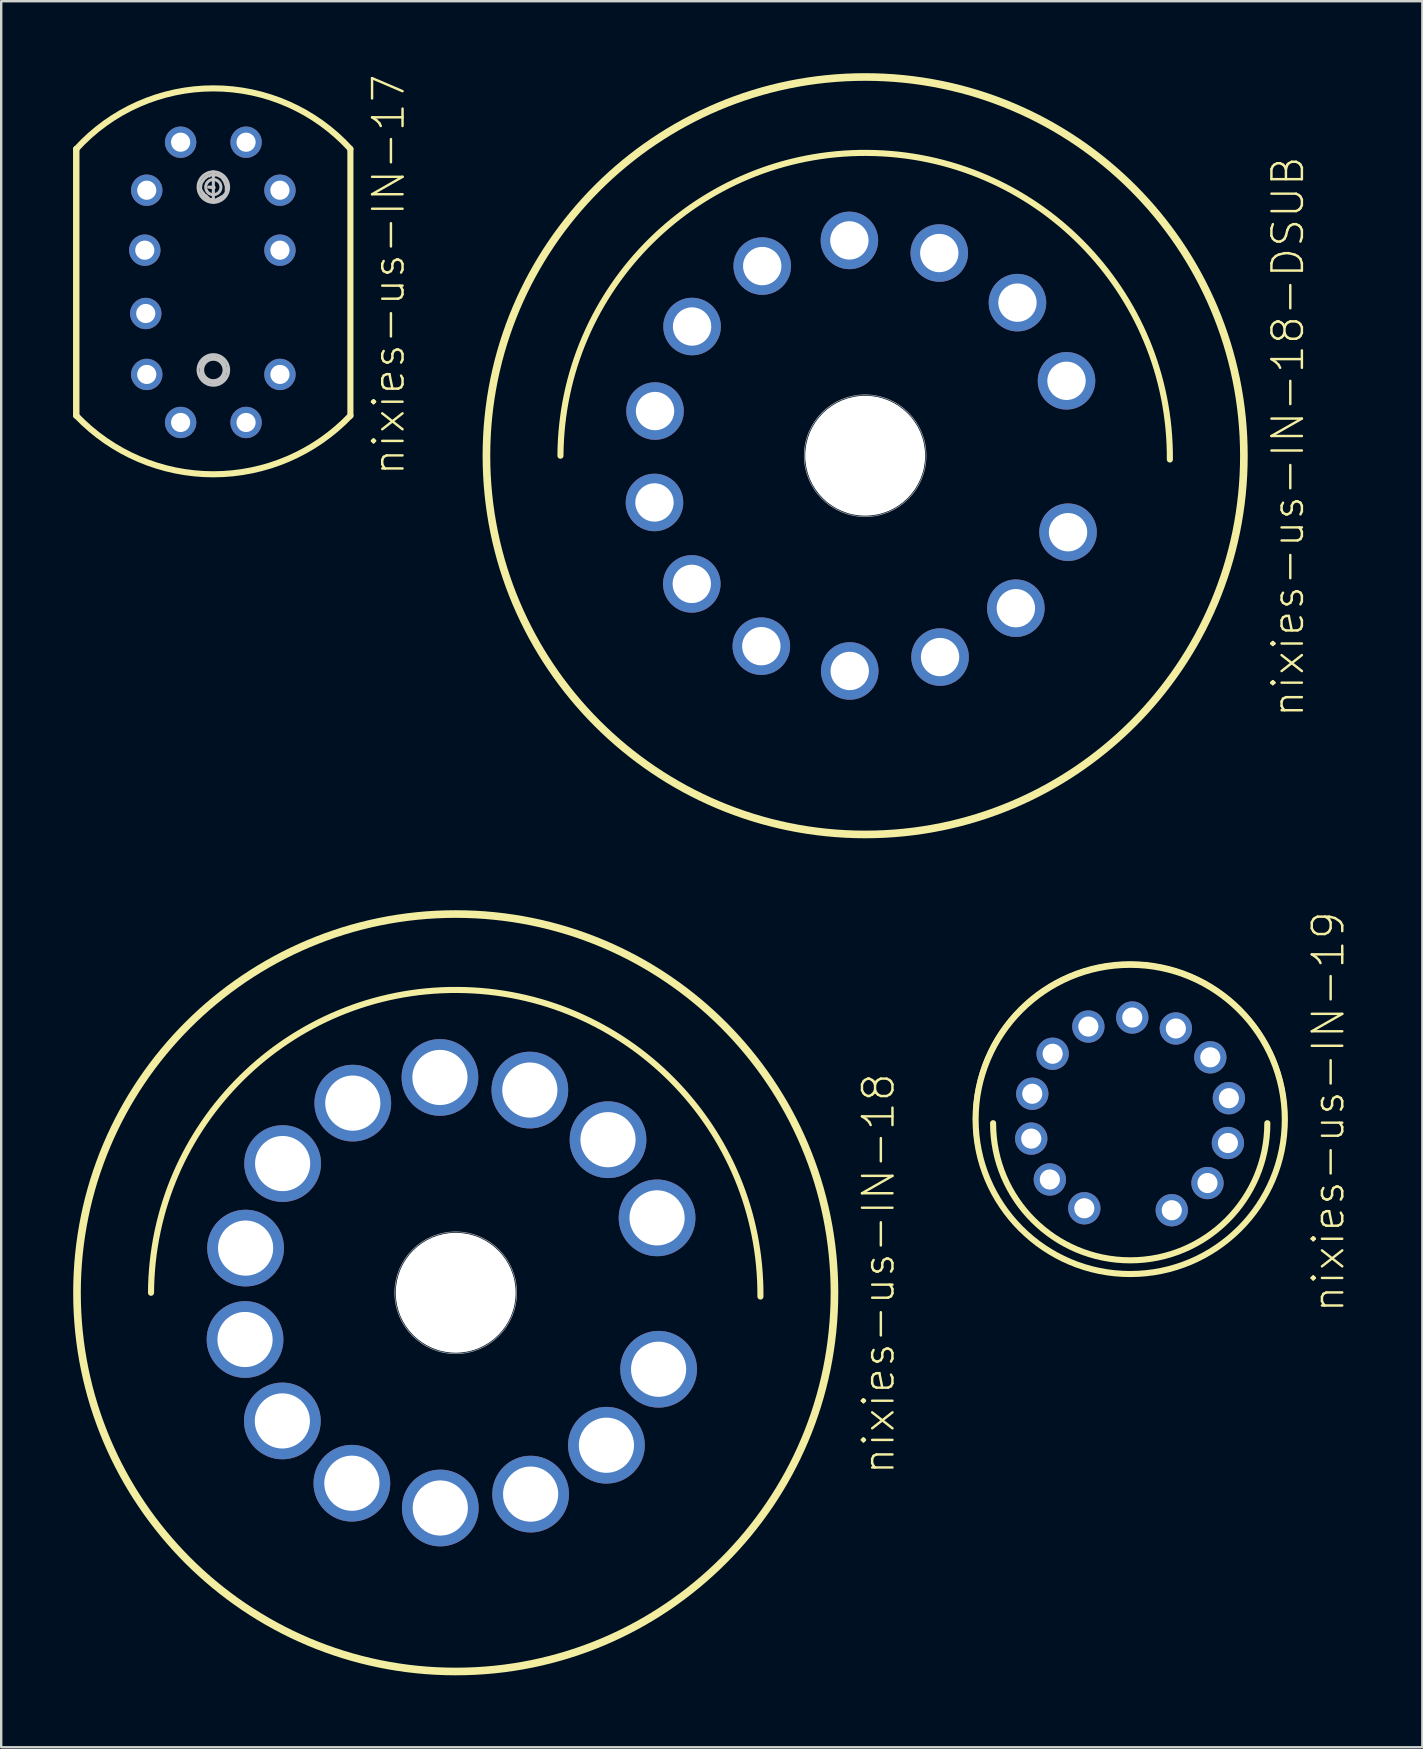
<source format=kicad_pcb>
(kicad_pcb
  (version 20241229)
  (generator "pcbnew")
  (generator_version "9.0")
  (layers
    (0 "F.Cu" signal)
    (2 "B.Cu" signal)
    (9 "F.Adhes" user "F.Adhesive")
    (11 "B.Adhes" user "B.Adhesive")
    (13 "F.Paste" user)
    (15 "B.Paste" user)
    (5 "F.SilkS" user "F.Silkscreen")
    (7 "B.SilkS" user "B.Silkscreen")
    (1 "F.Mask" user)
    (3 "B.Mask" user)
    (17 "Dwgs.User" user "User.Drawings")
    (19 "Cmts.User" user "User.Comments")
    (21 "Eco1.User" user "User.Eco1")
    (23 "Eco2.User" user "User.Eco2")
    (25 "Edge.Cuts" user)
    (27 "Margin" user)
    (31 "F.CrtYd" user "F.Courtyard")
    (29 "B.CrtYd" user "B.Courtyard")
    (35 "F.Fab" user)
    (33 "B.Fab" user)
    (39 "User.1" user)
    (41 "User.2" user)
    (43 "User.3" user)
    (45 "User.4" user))
  (footprint "nixies-us-IN-18"
    (layer "F.Cu")
    (at 15.944 50.831)
    (property "Reference" "nixies-us-IN-18" (at 17.62 -0.792 90) (layer "F.SilkS") (effects (font (size 1.27 1.27) (thickness 0.102))))
    (attr exclude_from_pos_files exclude_from_bom)
    (fp_circle (center 0 0) (end 0 -2.54) (stroke (width 0.025) (type solid)) (fill no) (layer "F.Mask"))
    (fp_circle (center 0 0) (end 0 -1.27) (stroke (width 2.54) (type solid)) (fill no) (layer "F.Mask"))
    (fp_circle (center 0 0) (end 0 -1.27) (stroke (width 2.54) (type solid)) (fill no) (layer "B.Mask"))
    (fp_arc (start -12.7 0) (mid 0.07874 -12.62126) (end 12.7 0.15748) (stroke (width 0.254) (type solid)) (layer "F.SilkS"))
    (fp_circle (center 0 0) (end 0 -15.817) (stroke (width 0.254) (type solid)) (fill no) (layer "F.SilkS"))
    (fp_circle (center 0 0) (end 0 -15.753) (stroke (width 0.254) (type solid)) (fill no) (layer "F.SilkS"))
    (fp_circle (center 0 0) (end 0 -2.54) (stroke (width 0.025) (type solid)) (fill no) (layer "Dwgs.User"))
    (pad "" np_thru_hole circle (at 0 0) (size 4.999 4.999) (drill 4.999) (layers "*.Cu" "*.Mask"))
    (pad "0" thru_hole circle (at 6.281 6.355) (size 3.198 3.198) (drill 2.299) (layers "*.Cu" "*.Paste" "*.Mask"))
    (pad "1" thru_hole circle (at -0.643 8.971) (size 3.198 3.198) (drill 2.299) (layers "*.Cu" "*.Paste" "*.Mask"))
    (pad "2" thru_hole circle (at -4.328 7.938) (size 3.198 3.198) (drill 2.299) (layers "*.Cu" "*.Paste" "*.Mask"))
    (pad "3" thru_hole circle (at -8.758 -1.862) (size 3.198 3.198) (drill 2.299) (layers "*.Cu" "*.Paste" "*.Mask"))
    (pad "4" thru_hole circle (at 6.347 -6.38) (size 3.198 3.198) (drill 2.299) (layers "*.Cu" "*.Paste" "*.Mask"))
    (pad "5" thru_hole circle (at 3.089 -8.448) (size 3.198 3.198) (drill 2.299) (layers "*.Cu" "*.Paste" "*.Mask"))
    (pad "6" thru_hole circle (at -4.29 -7.904) (size 3.198 3.198) (drill 2.299) (layers "*.Cu" "*.Paste" "*.Mask"))
    (pad "7" thru_hole circle (at -7.214 -5.385) (size 3.198 3.198) (drill 2.299) (layers "*.Cu" "*.Paste" "*.Mask"))
    (pad "8" thru_hole circle (at -7.226 5.342) (size 3.198 3.198) (drill 2.299) (layers "*.Cu" "*.Paste" "*.Mask"))
    (pad "9" thru_hole circle (at 8.456 3.188) (size 3.198 3.198) (drill 2.299) (layers "*.Cu" "*.Paste" "*.Mask"))
    (pad "A" thru_hole circle (at -0.658 -8.974) (size 3.198 3.198) (drill 2.299) (layers "*.Cu" "*.Paste" "*.Mask"))
    (pad "A2" thru_hole circle (at 3.122 8.392) (size 3.198 3.198) (drill 2.299) (layers "*.Cu" "*.Paste" "*.Mask"))
    (pad "N/C" thru_hole circle (at 8.392 -3.122) (size 3.198 3.198) (drill 2.299) (layers "*.Cu" "*.Paste" "*.Mask"))
    (pad "N/C2" thru_hole circle (at -8.781 1.948) (size 3.198 3.198) (drill 2.299) (layers "*.Cu" "*.Paste" "*.Mask")))
  (footprint "nixies-us-IN-19"
    (layer "F.Cu")
    (at 44.056 43.606)
    (property "Reference" "nixies-us-IN-19" (at 8.255 -0.318 90) (layer "F.SilkS") (effects (font (size 1.27 1.27) (thickness 0.102))))
    (attr exclude_from_pos_files exclude_from_bom)
    (fp_arc (start 5.715 0.15748) (mid 0 5.87248) (end -5.715 0.15748) (stroke (width 0.15748) (type solid)) (layer "F.SilkS"))
    (fp_arc (start 5.715 0.15748) (mid 0 5.87248) (end -5.715 0.15748) (stroke (width 0.254) (type solid)) (layer "F.SilkS"))
    (fp_circle (center -0.005 -0.041) (end -0.005 -6.515) (stroke (width 0.157) (type solid)) (fill no) (layer "F.SilkS"))
    (fp_circle (center 0 0) (end 0 -6.444) (stroke (width 0.254) (type solid)) (fill no) (layer "F.SilkS"))
    (pad "2" thru_hole circle (at 1.732 3.785) (size 1.346 1.346) (drill 0.838) (layers "*.Cu" "*.Paste" "*.Mask"))
    (pad "3" thru_hole circle (at 3.221 2.652) (size 1.346 1.346) (drill 0.838) (layers "*.Cu" "*.Paste" "*.Mask"))
    (pad "4" thru_hole circle (at 4.072 0.983) (size 1.346 1.346) (drill 0.838) (layers "*.Cu" "*.Paste" "*.Mask"))
    (pad "5" thru_hole circle (at 4.112 -0.884) (size 1.346 1.346) (drill 0.838) (layers "*.Cu" "*.Paste" "*.Mask"))
    (pad "6" thru_hole circle (at 3.338 -2.588) (size 1.346 1.346) (drill 0.838) (layers "*.Cu" "*.Paste" "*.Mask"))
    (pad "7" thru_hole circle (at 1.902 -3.79) (size 1.346 1.346) (drill 0.838) (layers "*.Cu" "*.Paste" "*.Mask"))
    (pad "8" thru_hole circle (at 0.086 -4.247) (size 1.346 1.346) (drill 0.838) (layers "*.Cu" "*.Paste" "*.Mask"))
    (pad "9" thru_hole circle (at -1.745 -3.871) (size 1.346 1.346) (drill 0.838) (layers "*.Cu" "*.Paste" "*.Mask"))
    (pad "10" thru_hole circle (at -3.233 -2.736) (size 1.346 1.346) (drill 0.838) (layers "*.Cu" "*.Paste" "*.Mask"))
    (pad "11" thru_hole circle (at -4.082 -1.069) (size 1.346 1.346) (drill 0.838) (layers "*.Cu" "*.Paste" "*.Mask"))
    (pad "12" thru_hole circle (at -4.125 0.8) (size 1.346 1.346) (drill 0.838) (layers "*.Cu" "*.Paste" "*.Mask"))
    (pad "13" thru_hole circle (at -3.35 2.504) (size 1.346 1.346) (drill 0.838) (layers "*.Cu" "*.Paste" "*.Mask"))
    (pad "14" thru_hole circle (at -1.913 3.703) (size 1.346 1.346) (drill 0.838) (layers "*.Cu" "*.Paste" "*.Mask")))
  (footprint "nixies-us-IN-17"
    (layer "F.Cu")
    (at 5.842 8.876)
    (property "Reference" "nixies-us-IN-17" (at 7.303 -0.475 90) (layer "F.SilkS") (effects (font (size 1.27 1.27) (thickness 0.102))))
    (attr exclude_from_pos_files exclude_from_bom)
    (fp_line (start -5.715 -5.715) (end -5.715 5.397) (stroke (width 0.254) (type solid)) (layer "F.SilkS"))
    (fp_line (start -5.715 5.397) (end -5.715 -5.715) (stroke (width 0.254) (type solid)) (layer "F.SilkS"))
    (fp_line (start 5.712 5.397) (end 5.712 -5.715) (stroke (width 0.254) (type solid)) (layer "F.SilkS"))
    (fp_arc (start -5.715 -5.715) (mid -0.002522 -8.24269) (end 5.711605 -5.718731) (stroke (width 0.254) (type solid)) (layer "F.SilkS"))
    (fp_arc (start 5.71246 5.3975) (mid 0.004024 7.841685) (end -5.7069 5.403318) (stroke (width 0.254) (type solid)) (layer "F.SilkS"))
    (fp_line (start 0 -4.763) (end 0 -3.493) (stroke (width 0.127) (type solid)) (layer "Dwgs.User"))
    (fp_circle (center 0 -4.128) (end 0 -4.763) (stroke (width 0.127) (type solid)) (fill no) (layer "Dwgs.User"))
    (fp_circle (center 0 -4.128) (end 0 -4.445) (stroke (width 0.127) (type solid)) (fill no) (layer "Dwgs.User"))
    (fp_circle (center 0 3.493) (end 0 2.857) (stroke (width 0.127) (type solid)) (fill no) (layer "Dwgs.User"))
    (fp_circle (center 0 3.493) (end 0 3.045) (stroke (width 0.127) (type solid)) (fill no) (layer "Dwgs.User"))
    (fp_poly (pts (xy -0.191 -4.128) (xy 0.03 -4.128) (xy 0.03 -4.094) (xy -0.191 -4.128)) (stroke (width 0.127) (type solid)) (fill no) (layer "Dwgs.User"))
    (fp_poly (pts (xy -0.411 3.84) (xy -0.508 3.683) (xy -0.508 3.429) (xy -0.445 3.205) (xy -0.538 3.365) (xy -0.318 3.015) (xy 0 2.951) (xy 0.315 3.048) (xy 0.442 3.205) (xy 0.505 3.396) (xy 0.505 3.586) (xy 0.442 3.81) (xy 0.348 3.904) (xy 0.188 4) (xy 0.03 4.031) (xy -0.127 4) (xy -0.318 3.937) (xy -0.381 3.873) (xy -0.318 3.429) (xy -0.254 3.269) (xy -0.191 3.175) (xy 0 3.142) (xy 0.157 3.175) (xy 0.315 3.269) (xy 0.378 3.429) (xy 0.348 3.65) (xy 0.188 3.81) (xy 0.03 3.873) (xy -0.094 3.84) (xy -0.221 3.713) (xy -0.254 3.747) (xy -0.254 3.586) (xy -0.191 3.429) (xy -0.127 3.269) (xy -0.064 3.239) (xy 0.124 3.239) (xy 0.221 3.302) (xy 0.284 3.429) (xy 0.284 3.586) (xy 0.157 3.713) (xy 0.03 3.81) (xy -0.127 3.747) (xy -0.191 3.683) (xy -0.221 3.65) (xy -0.127 3.429) (xy -0.03 3.332) (xy 0.124 3.332) (xy 0.221 3.429) (xy 0.188 3.586) (xy 0.061 3.683) (xy -0.127 3.713) (xy -0.127 3.523) (xy 0.094 3.429) (xy 0.094 3.586) (xy 0.03 3.586) (xy 0 3.429) (xy -0.094 3.65) (xy -0.064 3.617) (xy -0.411 3.84)) (stroke (width 0.127) (type solid)) (fill no) (layer "Dwgs.User"))
    (fp_poly (pts (xy -0.318 -4.445) (xy -0.127 -4.636) (xy 0.157 -4.636) (xy 0.348 -4.539) (xy 0.475 -4.348) (xy 0.538 -4.158) (xy 0.538 -3.904) (xy 0.442 -3.777) (xy 0.284 -3.683) (xy 0.094 -3.586) (xy -0.157 -3.617) (xy -0.318 -3.777) (xy -0.254 -3.65) (xy -0.445 -3.904) (xy -0.381 -3.747) (xy -0.538 -4.064) (xy -0.508 -4.285) (xy -0.381 -4.475) (xy -0.221 -4.602) (xy 0.061 -4.539) (xy 0.188 -4.508) (xy 0.378 -4.255) (xy 0.442 -4.094) (xy 0.378 -3.84) (xy 0.094 -3.683) (xy -0.191 -3.747) (xy -0.381 -3.873) (xy -0.508 -4.094) (xy -0.284 -4.445) (xy -0.094 -4.475) (xy 0.188 -4.445) (xy 0.315 -4.475) (xy 0.378 -4.318) (xy 0.411 -3.937) (xy 0.315 -3.873) (xy 0.124 -3.777) (xy -0.254 -3.937) (xy -0.381 -4.031) (xy -0.348 -4.191) (xy -0.127 -4.318) (xy 0.03 -4.285) (xy 0.221 -4.064) (xy 0.124 -3.937) (xy -0.127 -3.967) (xy -0.221 -4.221) (xy 0 -4.285) (xy 0.124 -4.285) (xy 0.188 -4.128) (xy 0.061 -4) (xy -0.064 -4.031) (xy -0.221 -4.064) (xy -0.157 -4.128) (xy -0.094 -4.158) (xy 0 -4.221) (xy 0.061 -4.318) (xy 0.124 -4.255) (xy 0.221 -4.128) (xy 0.061 -4.064) (xy -0.157 -4) (xy 0.061 -4.128) (xy 0.188 -4.255) (xy -0.064 -4.128) (xy -0.191 -4.128) (xy -0.318 -4.445)) (stroke (width 0.127) (type solid)) (fill no) (layer "Dwgs.User"))
    (pad "0" thru_hole circle (at 2.776 -3.998) (size 1.306 1.306) (drill 0.798) (layers "*.Cu" "*.Paste" "*.Mask"))
    (pad "1" thru_hole circle (at 1.364 -5.999) (size 1.306 1.306) (drill 0.798) (layers "*.Cu" "*.Paste" "*.Mask"))
    (pad "2" thru_hole circle (at -1.364 -5.999) (size 1.306 1.306) (drill 0.798) (layers "*.Cu" "*.Paste" "*.Mask"))
    (pad "3" thru_hole circle (at -2.776 -3.998) (size 1.306 1.306) (drill 0.798) (layers "*.Cu" "*.Paste" "*.Mask"))
    (pad "4" thru_hole circle (at -2.857 -1.499) (size 1.306 1.306) (drill 0.798) (layers "*.Cu" "*.Paste" "*.Mask"))
    (pad "5" thru_hole circle (at -2.817 1.14) (size 1.306 1.306) (drill 0.798) (layers "*.Cu" "*.Paste" "*.Mask"))
    (pad "6" thru_hole circle (at -2.776 3.68) (size 1.306 1.306) (drill 0.798) (layers "*.Cu" "*.Paste" "*.Mask"))
    (pad "7" thru_hole circle (at -1.364 5.682) (size 1.306 1.306) (drill 0.798) (layers "*.Cu" "*.Paste" "*.Mask"))
    (pad "8" thru_hole circle (at 1.364 5.682) (size 1.306 1.306) (drill 0.798) (layers "*.Cu" "*.Paste" "*.Mask"))
    (pad "9" thru_hole circle (at 2.776 3.68) (size 1.306 1.306) (drill 0.798) (layers "*.Cu" "*.Paste" "*.Mask"))
    (pad "A" thru_hole circle (at 2.776 -1.499) (size 1.306 1.306) (drill 0.798) (layers "*.Cu" "*.Paste" "*.Mask")))
  (footprint "nixies-us-IN-18-DSUB"
    (layer "F.Cu")
    (at 33.009 15.944)
    (property "Reference" "nixies-us-IN-18-DSUB" (at 17.62 -0.792 90) (layer "F.SilkS") (effects (font (size 1.27 1.27) (thickness 0.102))))
    (attr exclude_from_pos_files exclude_from_bom)
    (fp_circle (center 0 0) (end 0 -2.54) (stroke (width 0.025) (type solid)) (fill no) (layer "F.Mask"))
    (fp_circle (center 0 0) (end 0 -1.27) (stroke (width 2.54) (type solid)) (fill no) (layer "F.Mask"))
    (fp_circle (center 0 0) (end 0 -1.27) (stroke (width 2.54) (type solid)) (fill no) (layer "B.Mask"))
    (fp_arc (start -12.7 0) (mid 0.07874 -12.62126) (end 12.7 0.15748) (stroke (width 0.254) (type solid)) (layer "F.SilkS"))
    (fp_circle (center 0 0) (end 0 -15.817) (stroke (width 0.254) (type solid)) (fill no) (layer "F.SilkS"))
    (fp_circle (center 0 0) (end 0 -15.753) (stroke (width 0.254) (type solid)) (fill no) (layer "F.SilkS"))
    (fp_circle (center 0 0) (end 0 -2.54) (stroke (width 0.025) (type solid)) (fill no) (layer "Dwgs.User"))
    (pad "" np_thru_hole circle (at 0 0) (size 4.999 4.999) (drill 4.999) (layers "*.Cu" "*.Mask"))
    (pad "0" thru_hole circle (at 6.281 6.355) (size 2.398 2.398) (drill 1.598) (layers "*.Cu" "*.Paste" "*.Mask"))
    (pad "1" thru_hole circle (at -0.643 8.971) (size 2.398 2.398) (drill 1.598) (layers "*.Cu" "*.Paste" "*.Mask"))
    (pad "2" thru_hole circle (at -4.328 7.938) (size 2.398 2.398) (drill 1.598) (layers "*.Cu" "*.Paste" "*.Mask"))
    (pad "3" thru_hole circle (at -8.758 -1.862) (size 2.398 2.398) (drill 1.598) (layers "*.Cu" "*.Paste" "*.Mask"))
    (pad "4" thru_hole circle (at 6.347 -6.38) (size 2.398 2.398) (drill 1.598) (layers "*.Cu" "*.Paste" "*.Mask"))
    (pad "5" thru_hole circle (at 3.089 -8.448) (size 2.398 2.398) (drill 1.598) (layers "*.Cu" "*.Paste" "*.Mask"))
    (pad "6" thru_hole circle (at -4.29 -7.904) (size 2.398 2.398) (drill 1.598) (layers "*.Cu" "*.Paste" "*.Mask"))
    (pad "7" thru_hole circle (at -7.214 -5.385) (size 2.398 2.398) (drill 1.598) (layers "*.Cu" "*.Paste" "*.Mask"))
    (pad "8" thru_hole circle (at -7.226 5.342) (size 2.398 2.398) (drill 1.598) (layers "*.Cu" "*.Paste" "*.Mask"))
    (pad "9" thru_hole circle (at 8.456 3.188) (size 2.398 2.398) (drill 1.598) (layers "*.Cu" "*.Paste" "*.Mask"))
    (pad "A" thru_hole circle (at -0.658 -8.974) (size 2.398 2.398) (drill 1.598) (layers "*.Cu" "*.Paste" "*.Mask"))
    (pad "A2" thru_hole circle (at 3.122 8.392) (size 2.398 2.398) (drill 1.598) (layers "*.Cu" "*.Paste" "*.Mask"))
    (pad "N/C" thru_hole circle (at 8.392 -3.122) (size 2.398 2.398) (drill 1.598) (layers "*.Cu" "*.Paste" "*.Mask"))
    (pad "N/C2" thru_hole circle (at -8.781 1.948) (size 2.398 2.398) (drill 1.598) (layers "*.Cu" "*.Paste" "*.Mask")))
  (gr_rect
    (start -3 -3)
    (end 56.232 69.774)
    (stroke (width 0.1) (type default))
    (fill no)
    (layer "Edge.Cuts")))
</source>
